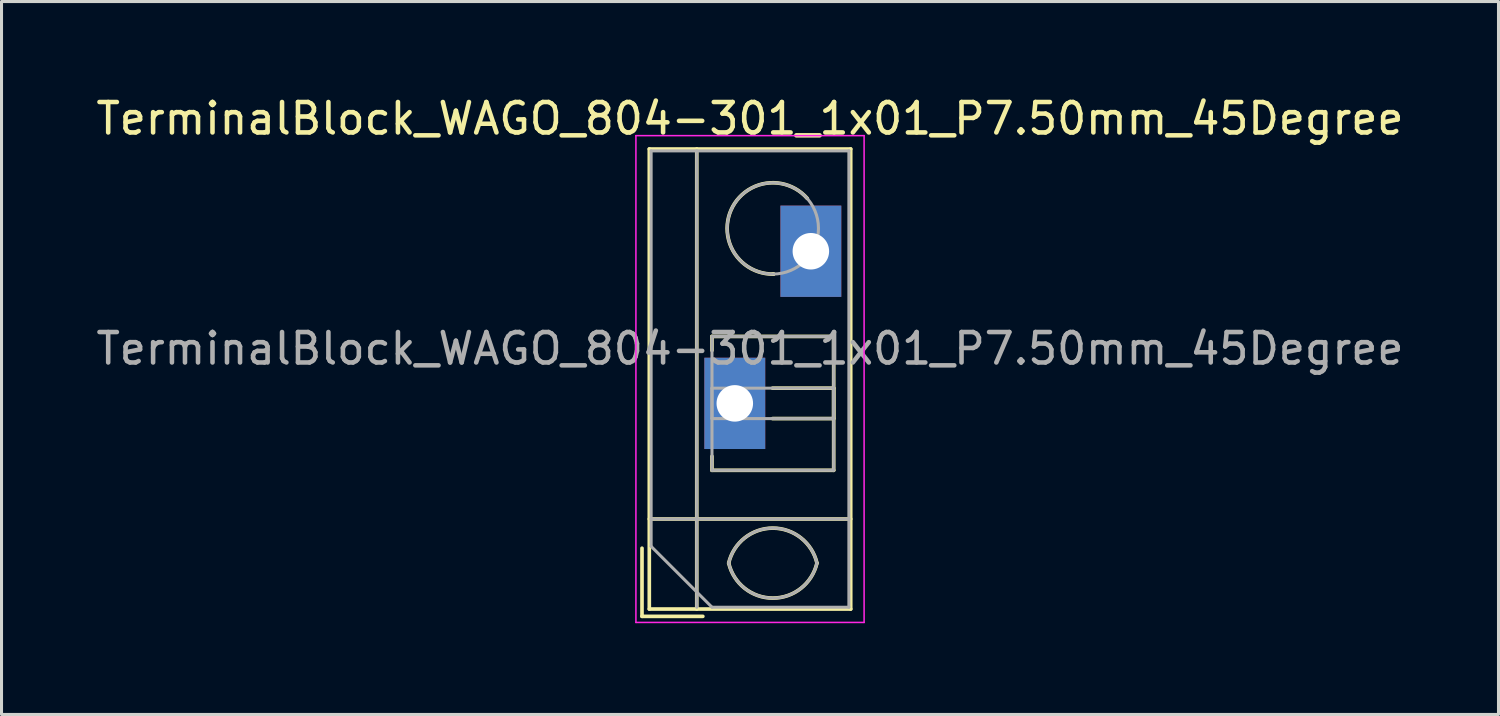
<source format=kicad_pcb>
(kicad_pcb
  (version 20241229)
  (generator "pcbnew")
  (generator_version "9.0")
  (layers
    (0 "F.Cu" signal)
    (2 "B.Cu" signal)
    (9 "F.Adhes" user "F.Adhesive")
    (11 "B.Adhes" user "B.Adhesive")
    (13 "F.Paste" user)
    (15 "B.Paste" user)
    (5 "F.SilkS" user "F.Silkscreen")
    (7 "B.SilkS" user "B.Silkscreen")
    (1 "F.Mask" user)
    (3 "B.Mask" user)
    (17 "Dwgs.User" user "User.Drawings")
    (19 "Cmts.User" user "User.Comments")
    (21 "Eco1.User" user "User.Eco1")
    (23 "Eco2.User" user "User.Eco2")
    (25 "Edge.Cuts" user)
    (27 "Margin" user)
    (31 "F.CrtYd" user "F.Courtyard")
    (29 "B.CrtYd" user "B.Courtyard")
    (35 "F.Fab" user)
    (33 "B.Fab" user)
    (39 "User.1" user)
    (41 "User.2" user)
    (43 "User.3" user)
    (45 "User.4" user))
  (footprint "TerminalBlock_WAGO_804-301_1x01_P7.50mm_45Degree"
    (layer "F.Cu")
    (at 21.101 10.208)
    (property "Reference" "TerminalBlock_WAGO_804-301_1x01_P7.50mm_45Degree" (at 0.5 -9.36 0) (layer "F.SilkS") (effects (font (size 1 1) (thickness 0.15))))
    (attr through_hole)
    (fp_line (start -3.05 4.76) (end -3.05 7) (stroke (width 0.12) (type solid)) (layer "F.SilkS"))
    (fp_line (start -3.05 7) (end -1.05 7) (stroke (width 0.12) (type solid)) (layer "F.SilkS"))
    (fp_line (start -2.81 -8.361) (end -2.81 6.76) (stroke (width 0.12) (type solid)) (layer "F.SilkS"))
    (fp_line (start -2.81 -8.361) (end 3.81 -8.361) (stroke (width 0.12) (type solid)) (layer "F.SilkS"))
    (fp_line (start -2.81 3.8) (end 3.81 3.8) (stroke (width 0.12) (type solid)) (layer "F.SilkS"))
    (fp_line (start -2.81 6.76) (end 3.81 6.76) (stroke (width 0.12) (type solid)) (layer "F.SilkS"))
    (fp_line (start -1.25 -8.361) (end -1.25 6.76) (stroke (width 0.12) (type solid)) (layer "F.SilkS"))
    (fp_line (start -0.75 -2.2) (end -0.75 -1.74) (stroke (width 0.12) (type solid)) (layer "F.SilkS"))
    (fp_line (start -0.75 -2.2) (end 3.25 -2.2) (stroke (width 0.12) (type solid)) (layer "F.SilkS"))
    (fp_line (start -0.75 1.74) (end -0.75 2.2) (stroke (width 0.12) (type solid)) (layer "F.SilkS"))
    (fp_line (start -0.75 2.2) (end 3.25 2.2) (stroke (width 0.12) (type solid)) (layer "F.SilkS"))
    (fp_line (start 1.24 -0.5) (end 3.25 -0.5) (stroke (width 0.12) (type solid)) (layer "F.SilkS"))
    (fp_line (start 1.24 0.5) (end 3.25 0.5) (stroke (width 0.12) (type solid)) (layer "F.SilkS"))
    (fp_line (start 3.25 -2.2) (end 3.25 2.2) (stroke (width 0.12) (type solid)) (layer "F.SilkS"))
    (fp_line (start 3.25 -0.5) (end 3.25 0.5) (stroke (width 0.12) (type solid)) (layer "F.SilkS"))
    (fp_line (start 3.81 -8.361) (end 3.81 6.76) (stroke (width 0.12) (type solid)) (layer "F.SilkS"))
    (fp_arc (start -0.200865 5.250424) (mid 1.250296 4.099926) (end 2.701 5.251) (stroke (width 0.12) (type solid)) (layer "F.SilkS"))
    (fp_arc (start 1.276179 -4.250228) (mid 1.26309 -4.250057) (end 1.25 -4.25) (stroke (width 0.12) (type solid)) (layer "F.SilkS"))
    (fp_arc (start 1.276275 -4.248926) (mid -0.121539 -6.360568) (end 2.383 -6.735) (stroke (width 0.12) (type solid)) (layer "F.SilkS"))
    (fp_arc (start 2.7 5.25) (mid 1.250068 6.400101) (end -0.199969 5.250133) (stroke (width 0.12) (type solid)) (layer "F.SilkS"))
    (fp_line (start -3.25 -8.8) (end -3.25 7.2) (stroke (width 0.05) (type solid)) (layer "F.CrtYd"))
    (fp_line (start -3.25 7.2) (end 4.25 7.2) (stroke (width 0.05) (type solid)) (layer "F.CrtYd"))
    (fp_line (start 4.25 -8.8) (end -3.25 -8.8) (stroke (width 0.05) (type solid)) (layer "F.CrtYd"))
    (fp_line (start 4.25 7.2) (end 4.25 -8.8) (stroke (width 0.05) (type solid)) (layer "F.CrtYd"))
    (fp_line (start -2.75 -8.3) (end 3.75 -8.3) (stroke (width 0.1) (type solid)) (layer "F.Fab"))
    (fp_line (start -2.75 3.8) (end 3.75 3.8) (stroke (width 0.1) (type solid)) (layer "F.Fab"))
    (fp_line (start -2.75 4.7) (end -2.75 -8.3) (stroke (width 0.1) (type solid)) (layer "F.Fab"))
    (fp_line (start -1.25 -8.3) (end -1.25 6.7) (stroke (width 0.1) (type solid)) (layer "F.Fab"))
    (fp_line (start -0.75 -2.2) (end -0.75 2.2) (stroke (width 0.1) (type solid)) (layer "F.Fab"))
    (fp_line (start -0.75 -0.5) (end -0.75 0.5) (stroke (width 0.1) (type solid)) (layer "F.Fab"))
    (fp_line (start -0.75 0.5) (end 3.25 0.5) (stroke (width 0.1) (type solid)) (layer "F.Fab"))
    (fp_line (start -0.75 2.2) (end 3.25 2.2) (stroke (width 0.1) (type solid)) (layer "F.Fab"))
    (fp_line (start -0.75 6.7) (end -2.75 4.7) (stroke (width 0.1) (type solid)) (layer "F.Fab"))
    (fp_line (start 3.25 -2.2) (end -0.75 -2.2) (stroke (width 0.1) (type solid)) (layer "F.Fab"))
    (fp_line (start 3.25 -0.5) (end -0.75 -0.5) (stroke (width 0.1) (type solid)) (layer "F.Fab"))
    (fp_line (start 3.25 0.5) (end 3.25 -0.5) (stroke (width 0.1) (type solid)) (layer "F.Fab"))
    (fp_line (start 3.25 2.2) (end 3.25 -2.2) (stroke (width 0.1) (type solid)) (layer "F.Fab"))
    (fp_line (start 3.75 -8.3) (end 3.75 6.7) (stroke (width 0.1) (type solid)) (layer "F.Fab"))
    (fp_line (start 3.75 6.7) (end -0.75 6.7) (stroke (width 0.1) (type solid)) (layer "F.Fab"))
    (fp_arc (start -0.200865 5.250424) (mid 1.250296 4.099926) (end 2.701 5.251) (stroke (width 0.1) (type solid)) (layer "F.Fab"))
    (fp_arc (start 2.7 5.25) (mid 1.250068 6.400101) (end -0.199969 5.250133) (stroke (width 0.1) (type solid)) (layer "F.Fab"))
    (fp_circle (center 1.25 -5.75) (end 2.75 -5.75) (stroke (width 0.1) (type solid)) (fill no) (layer "F.Fab"))
    (fp_text user "${REFERENCE}" (at 0.5 -1.8 0) (layer "F.Fab") (effects (font (size 1 1) (thickness 0.15))))
    (pad "1" thru_hole rect (at 0 0) (size 2 3) (drill 1.2) (layers "*.Cu" "*.Mask"))
    (pad "1" thru_hole rect (at 2.5 -5) (size 2 3) (drill 1.2) (layers "*.Cu" "*.Mask")))
  (gr_rect
    (start -3 -3)
    (end 46.202 20.433)
    (stroke (width 0.1) (type default))
    (fill no)
    (layer "Edge.Cuts")))
</source>
